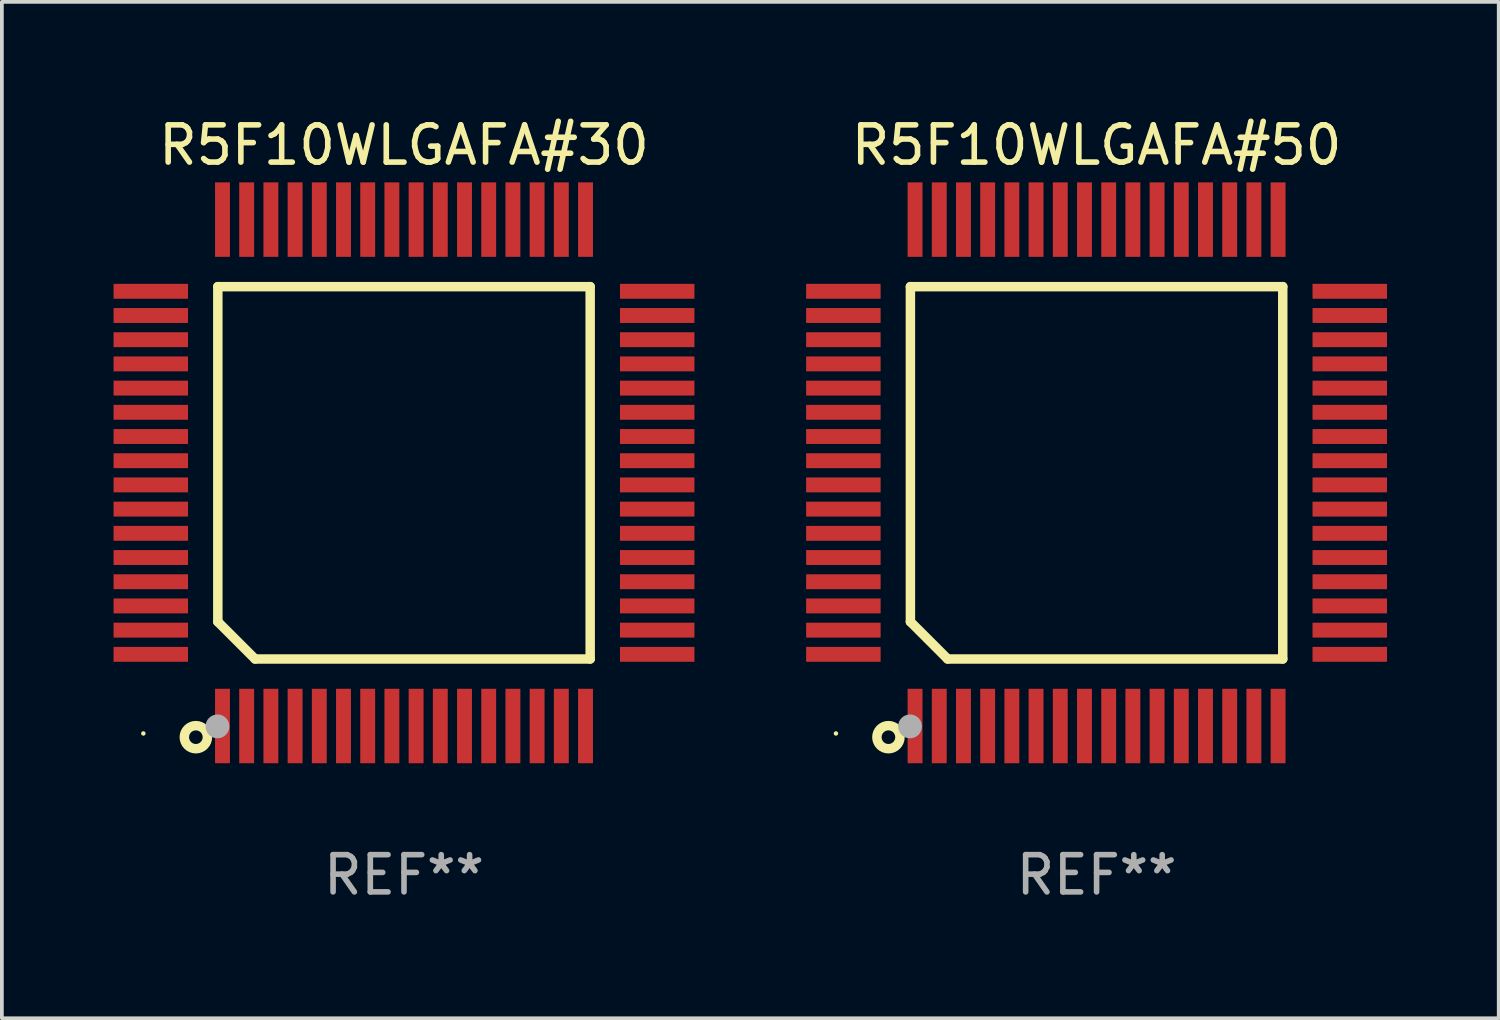
<source format=kicad_pcb>
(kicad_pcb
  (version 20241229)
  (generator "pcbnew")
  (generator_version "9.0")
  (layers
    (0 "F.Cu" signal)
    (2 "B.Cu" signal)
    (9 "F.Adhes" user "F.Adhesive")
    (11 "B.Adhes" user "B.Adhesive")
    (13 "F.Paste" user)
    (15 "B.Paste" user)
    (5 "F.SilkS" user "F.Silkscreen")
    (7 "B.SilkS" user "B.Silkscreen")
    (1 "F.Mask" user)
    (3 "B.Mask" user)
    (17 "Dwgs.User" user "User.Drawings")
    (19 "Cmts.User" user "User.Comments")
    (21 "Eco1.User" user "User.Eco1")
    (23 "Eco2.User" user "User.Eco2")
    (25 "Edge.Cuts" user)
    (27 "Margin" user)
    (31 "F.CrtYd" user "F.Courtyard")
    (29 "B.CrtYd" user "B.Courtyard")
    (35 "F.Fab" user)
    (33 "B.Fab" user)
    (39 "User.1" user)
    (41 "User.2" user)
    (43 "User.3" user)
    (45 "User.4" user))
  (footprint "R5F10WLGAFA#30"
    (layer "F.Cu")
    (at 7.8 9.648)
    (property "Reference" "R5F10WLGAFA#30" (at 0 -8.8 0) (layer "F.SilkS") (effects (font (size 1 1) (thickness 0.15))))
    (attr through_hole)
    (fp_line (start -5 -5) (end 5 -5) (stroke (width 0.254) (type solid)) (layer "F.SilkS"))
    (fp_line (start -5 4) (end -5 -5) (stroke (width 0.254) (type solid)) (layer "F.SilkS"))
    (fp_line (start -4 5) (end -5 4) (stroke (width 0.254) (type solid)) (layer "F.SilkS"))
    (fp_line (start 5 -5) (end 5 5) (stroke (width 0.254) (type solid)) (layer "F.SilkS"))
    (fp_line (start 5 5) (end -4 5) (stroke (width 0.254) (type solid)) (layer "F.SilkS"))
    (fp_circle (center -7 7) (end -6.97 7) (stroke (width 0.06) (type solid)) (fill no) (layer "F.SilkS"))
    (fp_circle (center -5.59 7.1) (end -5.28 7.1) (stroke (width 0.254) (type solid)) (fill no) (layer "F.SilkS"))
    (fp_circle (center -5.01 6.81) (end -4.85 6.81) (stroke (width 0.32) (type solid)) (fill no) (layer "F.Fab"))
    (fp_text user "REF**" (at 0 10.8 0) (layer "F.Fab") (effects (font (size 1 1) (thickness 0.15))))
    (pad "1" smd rect (at -4.875 6.8) (size 0.4 2) (layers "F.Cu" "F.Mask" "F.Paste"))
    (pad "2" smd rect (at -4.225 6.8) (size 0.4 2) (layers "F.Cu" "F.Mask" "F.Paste"))
    (pad "3" smd rect (at -3.575 6.8) (size 0.4 2) (layers "F.Cu" "F.Mask" "F.Paste"))
    (pad "4" smd rect (at -2.925 6.8) (size 0.4 2) (layers "F.Cu" "F.Mask" "F.Paste"))
    (pad "5" smd rect (at -2.275 6.8) (size 0.4 2) (layers "F.Cu" "F.Mask" "F.Paste"))
    (pad "6" smd rect (at -1.625 6.8) (size 0.4 2) (layers "F.Cu" "F.Mask" "F.Paste"))
    (pad "7" smd rect (at -0.975 6.8) (size 0.4 2) (layers "F.Cu" "F.Mask" "F.Paste"))
    (pad "8" smd rect (at -0.325 6.8) (size 0.4 2) (layers "F.Cu" "F.Mask" "F.Paste"))
    (pad "9" smd rect (at 0.325 6.8) (size 0.4 2) (layers "F.Cu" "F.Mask" "F.Paste"))
    (pad "10" smd rect (at 0.975 6.8) (size 0.4 2) (layers "F.Cu" "F.Mask" "F.Paste"))
    (pad "11" smd rect (at 1.625 6.8) (size 0.4 2) (layers "F.Cu" "F.Mask" "F.Paste"))
    (pad "12" smd rect (at 2.275 6.8) (size 0.4 2) (layers "F.Cu" "F.Mask" "F.Paste"))
    (pad "13" smd rect (at 2.925 6.8) (size 0.4 2) (layers "F.Cu" "F.Mask" "F.Paste"))
    (pad "14" smd rect (at 3.575 6.8) (size 0.4 2) (layers "F.Cu" "F.Mask" "F.Paste"))
    (pad "15" smd rect (at 4.225 6.8) (size 0.4 2) (layers "F.Cu" "F.Mask" "F.Paste"))
    (pad "16" smd rect (at 4.875 6.8) (size 0.4 2) (layers "F.Cu" "F.Mask" "F.Paste"))
    (pad "17" smd rect (at 6.8 4.875) (size 2 0.4) (layers "F.Cu" "F.Mask" "F.Paste"))
    (pad "18" smd rect (at 6.8 4.225) (size 2 0.4) (layers "F.Cu" "F.Mask" "F.Paste"))
    (pad "19" smd rect (at 6.8 3.575) (size 2 0.4) (layers "F.Cu" "F.Mask" "F.Paste"))
    (pad "20" smd rect (at 6.8 2.925) (size 2 0.4) (layers "F.Cu" "F.Mask" "F.Paste"))
    (pad "21" smd rect (at 6.8 2.275) (size 2 0.4) (layers "F.Cu" "F.Mask" "F.Paste"))
    (pad "22" smd rect (at 6.8 1.625) (size 2 0.4) (layers "F.Cu" "F.Mask" "F.Paste"))
    (pad "23" smd rect (at 6.8 0.975) (size 2 0.4) (layers "F.Cu" "F.Mask" "F.Paste"))
    (pad "24" smd rect (at 6.8 0.325) (size 2 0.4) (layers "F.Cu" "F.Mask" "F.Paste"))
    (pad "25" smd rect (at 6.8 -0.325) (size 2 0.4) (layers "F.Cu" "F.Mask" "F.Paste"))
    (pad "26" smd rect (at 6.8 -0.975) (size 2 0.4) (layers "F.Cu" "F.Mask" "F.Paste"))
    (pad "27" smd rect (at 6.8 -1.625) (size 2 0.4) (layers "F.Cu" "F.Mask" "F.Paste"))
    (pad "28" smd rect (at 6.8 -2.275) (size 2 0.4) (layers "F.Cu" "F.Mask" "F.Paste"))
    (pad "29" smd rect (at 6.8 -2.925) (size 2 0.4) (layers "F.Cu" "F.Mask" "F.Paste"))
    (pad "30" smd rect (at 6.8 -3.575) (size 2 0.4) (layers "F.Cu" "F.Mask" "F.Paste"))
    (pad "31" smd rect (at 6.8 -4.225) (size 2 0.4) (layers "F.Cu" "F.Mask" "F.Paste"))
    (pad "32" smd rect (at 6.8 -4.875) (size 2 0.4) (layers "F.Cu" "F.Mask" "F.Paste"))
    (pad "33" smd rect (at 4.875 -6.8) (size 0.4 2) (layers "F.Cu" "F.Mask" "F.Paste"))
    (pad "34" smd rect (at 4.225 -6.8) (size 0.4 2) (layers "F.Cu" "F.Mask" "F.Paste"))
    (pad "35" smd rect (at 3.575 -6.8) (size 0.4 2) (layers "F.Cu" "F.Mask" "F.Paste"))
    (pad "36" smd rect (at 2.925 -6.8) (size 0.4 2) (layers "F.Cu" "F.Mask" "F.Paste"))
    (pad "37" smd rect (at 2.275 -6.8) (size 0.4 2) (layers "F.Cu" "F.Mask" "F.Paste"))
    (pad "38" smd rect (at 1.625 -6.8) (size 0.4 2) (layers "F.Cu" "F.Mask" "F.Paste"))
    (pad "39" smd rect (at 0.975 -6.8) (size 0.4 2) (layers "F.Cu" "F.Mask" "F.Paste"))
    (pad "40" smd rect (at 0.325 -6.8) (size 0.4 2) (layers "F.Cu" "F.Mask" "F.Paste"))
    (pad "41" smd rect (at -0.325 -6.8) (size 0.4 2) (layers "F.Cu" "F.Mask" "F.Paste"))
    (pad "42" smd rect (at -0.975 -6.8) (size 0.4 2) (layers "F.Cu" "F.Mask" "F.Paste"))
    (pad "43" smd rect (at -1.625 -6.8) (size 0.4 2) (layers "F.Cu" "F.Mask" "F.Paste"))
    (pad "44" smd rect (at -2.275 -6.8) (size 0.4 2) (layers "F.Cu" "F.Mask" "F.Paste"))
    (pad "45" smd rect (at -2.925 -6.8) (size 0.4 2) (layers "F.Cu" "F.Mask" "F.Paste"))
    (pad "46" smd rect (at -3.575 -6.8) (size 0.4 2) (layers "F.Cu" "F.Mask" "F.Paste"))
    (pad "47" smd rect (at -4.225 -6.8) (size 0.4 2) (layers "F.Cu" "F.Mask" "F.Paste"))
    (pad "48" smd rect (at -4.875 -6.8) (size 0.4 2) (layers "F.Cu" "F.Mask" "F.Paste"))
    (pad "49" smd rect (at -6.8 -4.875) (size 2 0.4) (layers "F.Cu" "F.Mask" "F.Paste"))
    (pad "50" smd rect (at -6.8 -4.225) (size 2 0.4) (layers "F.Cu" "F.Mask" "F.Paste"))
    (pad "51" smd rect (at -6.8 -3.575) (size 2 0.4) (layers "F.Cu" "F.Mask" "F.Paste"))
    (pad "52" smd rect (at -6.8 -2.925) (size 2 0.4) (layers "F.Cu" "F.Mask" "F.Paste"))
    (pad "53" smd rect (at -6.8 -2.275) (size 2 0.4) (layers "F.Cu" "F.Mask" "F.Paste"))
    (pad "54" smd rect (at -6.8 -1.625) (size 2 0.4) (layers "F.Cu" "F.Mask" "F.Paste"))
    (pad "55" smd rect (at -6.8 -0.975) (size 2 0.4) (layers "F.Cu" "F.Mask" "F.Paste"))
    (pad "56" smd rect (at -6.8 -0.325) (size 2 0.4) (layers "F.Cu" "F.Mask" "F.Paste"))
    (pad "57" smd rect (at -6.8 0.325) (size 2 0.4) (layers "F.Cu" "F.Mask" "F.Paste"))
    (pad "58" smd rect (at -6.8 0.975) (size 2 0.4) (layers "F.Cu" "F.Mask" "F.Paste"))
    (pad "59" smd rect (at -6.8 1.625) (size 2 0.4) (layers "F.Cu" "F.Mask" "F.Paste"))
    (pad "60" smd rect (at -6.8 2.275) (size 2 0.4) (layers "F.Cu" "F.Mask" "F.Paste"))
    (pad "61" smd rect (at -6.8 2.925) (size 2 0.4) (layers "F.Cu" "F.Mask" "F.Paste"))
    (pad "62" smd rect (at -6.8 3.575) (size 2 0.4) (layers "F.Cu" "F.Mask" "F.Paste"))
    (pad "63" smd rect (at -6.8 4.225) (size 2 0.4) (layers "F.Cu" "F.Mask" "F.Paste"))
    (pad "64" smd rect (at -6.8 4.875) (size 2 0.4) (layers "F.Cu" "F.Mask" "F.Paste")))
  (footprint "R5F10WLGAFA#50"
    (layer "F.Cu")
    (at 26.4 9.648)
    (property "Reference" "R5F10WLGAFA#50" (at 0 -8.8 0) (layer "F.SilkS") (effects (font (size 1 1) (thickness 0.15))))
    (attr through_hole)
    (fp_line (start -5 -5) (end 5 -5) (stroke (width 0.254) (type solid)) (layer "F.SilkS"))
    (fp_line (start -5 4) (end -5 -5) (stroke (width 0.254) (type solid)) (layer "F.SilkS"))
    (fp_line (start -4 5) (end -5 4) (stroke (width 0.254) (type solid)) (layer "F.SilkS"))
    (fp_line (start 5 -5) (end 5 5) (stroke (width 0.254) (type solid)) (layer "F.SilkS"))
    (fp_line (start 5 5) (end -4 5) (stroke (width 0.254) (type solid)) (layer "F.SilkS"))
    (fp_circle (center -7 7) (end -6.97 7) (stroke (width 0.06) (type solid)) (fill no) (layer "F.SilkS"))
    (fp_circle (center -5.59 7.1) (end -5.28 7.1) (stroke (width 0.254) (type solid)) (fill no) (layer "F.SilkS"))
    (fp_circle (center -5.01 6.81) (end -4.85 6.81) (stroke (width 0.32) (type solid)) (fill no) (layer "F.Fab"))
    (fp_text user "REF**" (at 0 10.8 0) (layer "F.Fab") (effects (font (size 1 1) (thickness 0.15))))
    (pad "1" smd rect (at -4.875 6.8) (size 0.4 2) (layers "F.Cu" "F.Mask" "F.Paste"))
    (pad "2" smd rect (at -4.225 6.8) (size 0.4 2) (layers "F.Cu" "F.Mask" "F.Paste"))
    (pad "3" smd rect (at -3.575 6.8) (size 0.4 2) (layers "F.Cu" "F.Mask" "F.Paste"))
    (pad "4" smd rect (at -2.925 6.8) (size 0.4 2) (layers "F.Cu" "F.Mask" "F.Paste"))
    (pad "5" smd rect (at -2.275 6.8) (size 0.4 2) (layers "F.Cu" "F.Mask" "F.Paste"))
    (pad "6" smd rect (at -1.625 6.8) (size 0.4 2) (layers "F.Cu" "F.Mask" "F.Paste"))
    (pad "7" smd rect (at -0.975 6.8) (size 0.4 2) (layers "F.Cu" "F.Mask" "F.Paste"))
    (pad "8" smd rect (at -0.325 6.8) (size 0.4 2) (layers "F.Cu" "F.Mask" "F.Paste"))
    (pad "9" smd rect (at 0.325 6.8) (size 0.4 2) (layers "F.Cu" "F.Mask" "F.Paste"))
    (pad "10" smd rect (at 0.975 6.8) (size 0.4 2) (layers "F.Cu" "F.Mask" "F.Paste"))
    (pad "11" smd rect (at 1.625 6.8) (size 0.4 2) (layers "F.Cu" "F.Mask" "F.Paste"))
    (pad "12" smd rect (at 2.275 6.8) (size 0.4 2) (layers "F.Cu" "F.Mask" "F.Paste"))
    (pad "13" smd rect (at 2.925 6.8) (size 0.4 2) (layers "F.Cu" "F.Mask" "F.Paste"))
    (pad "14" smd rect (at 3.575 6.8) (size 0.4 2) (layers "F.Cu" "F.Mask" "F.Paste"))
    (pad "15" smd rect (at 4.225 6.8) (size 0.4 2) (layers "F.Cu" "F.Mask" "F.Paste"))
    (pad "16" smd rect (at 4.875 6.8) (size 0.4 2) (layers "F.Cu" "F.Mask" "F.Paste"))
    (pad "17" smd rect (at 6.8 4.875) (size 2 0.4) (layers "F.Cu" "F.Mask" "F.Paste"))
    (pad "18" smd rect (at 6.8 4.225) (size 2 0.4) (layers "F.Cu" "F.Mask" "F.Paste"))
    (pad "19" smd rect (at 6.8 3.575) (size 2 0.4) (layers "F.Cu" "F.Mask" "F.Paste"))
    (pad "20" smd rect (at 6.8 2.925) (size 2 0.4) (layers "F.Cu" "F.Mask" "F.Paste"))
    (pad "21" smd rect (at 6.8 2.275) (size 2 0.4) (layers "F.Cu" "F.Mask" "F.Paste"))
    (pad "22" smd rect (at 6.8 1.625) (size 2 0.4) (layers "F.Cu" "F.Mask" "F.Paste"))
    (pad "23" smd rect (at 6.8 0.975) (size 2 0.4) (layers "F.Cu" "F.Mask" "F.Paste"))
    (pad "24" smd rect (at 6.8 0.325) (size 2 0.4) (layers "F.Cu" "F.Mask" "F.Paste"))
    (pad "25" smd rect (at 6.8 -0.325) (size 2 0.4) (layers "F.Cu" "F.Mask" "F.Paste"))
    (pad "26" smd rect (at 6.8 -0.975) (size 2 0.4) (layers "F.Cu" "F.Mask" "F.Paste"))
    (pad "27" smd rect (at 6.8 -1.625) (size 2 0.4) (layers "F.Cu" "F.Mask" "F.Paste"))
    (pad "28" smd rect (at 6.8 -2.275) (size 2 0.4) (layers "F.Cu" "F.Mask" "F.Paste"))
    (pad "29" smd rect (at 6.8 -2.925) (size 2 0.4) (layers "F.Cu" "F.Mask" "F.Paste"))
    (pad "30" smd rect (at 6.8 -3.575) (size 2 0.4) (layers "F.Cu" "F.Mask" "F.Paste"))
    (pad "31" smd rect (at 6.8 -4.225) (size 2 0.4) (layers "F.Cu" "F.Mask" "F.Paste"))
    (pad "32" smd rect (at 6.8 -4.875) (size 2 0.4) (layers "F.Cu" "F.Mask" "F.Paste"))
    (pad "33" smd rect (at 4.875 -6.8) (size 0.4 2) (layers "F.Cu" "F.Mask" "F.Paste"))
    (pad "34" smd rect (at 4.225 -6.8) (size 0.4 2) (layers "F.Cu" "F.Mask" "F.Paste"))
    (pad "35" smd rect (at 3.575 -6.8) (size 0.4 2) (layers "F.Cu" "F.Mask" "F.Paste"))
    (pad "36" smd rect (at 2.925 -6.8) (size 0.4 2) (layers "F.Cu" "F.Mask" "F.Paste"))
    (pad "37" smd rect (at 2.275 -6.8) (size 0.4 2) (layers "F.Cu" "F.Mask" "F.Paste"))
    (pad "38" smd rect (at 1.625 -6.8) (size 0.4 2) (layers "F.Cu" "F.Mask" "F.Paste"))
    (pad "39" smd rect (at 0.975 -6.8) (size 0.4 2) (layers "F.Cu" "F.Mask" "F.Paste"))
    (pad "40" smd rect (at 0.325 -6.8) (size 0.4 2) (layers "F.Cu" "F.Mask" "F.Paste"))
    (pad "41" smd rect (at -0.325 -6.8) (size 0.4 2) (layers "F.Cu" "F.Mask" "F.Paste"))
    (pad "42" smd rect (at -0.975 -6.8) (size 0.4 2) (layers "F.Cu" "F.Mask" "F.Paste"))
    (pad "43" smd rect (at -1.625 -6.8) (size 0.4 2) (layers "F.Cu" "F.Mask" "F.Paste"))
    (pad "44" smd rect (at -2.275 -6.8) (size 0.4 2) (layers "F.Cu" "F.Mask" "F.Paste"))
    (pad "45" smd rect (at -2.925 -6.8) (size 0.4 2) (layers "F.Cu" "F.Mask" "F.Paste"))
    (pad "46" smd rect (at -3.575 -6.8) (size 0.4 2) (layers "F.Cu" "F.Mask" "F.Paste"))
    (pad "47" smd rect (at -4.225 -6.8) (size 0.4 2) (layers "F.Cu" "F.Mask" "F.Paste"))
    (pad "48" smd rect (at -4.875 -6.8) (size 0.4 2) (layers "F.Cu" "F.Mask" "F.Paste"))
    (pad "49" smd rect (at -6.8 -4.875) (size 2 0.4) (layers "F.Cu" "F.Mask" "F.Paste"))
    (pad "50" smd rect (at -6.8 -4.225) (size 2 0.4) (layers "F.Cu" "F.Mask" "F.Paste"))
    (pad "51" smd rect (at -6.8 -3.575) (size 2 0.4) (layers "F.Cu" "F.Mask" "F.Paste"))
    (pad "52" smd rect (at -6.8 -2.925) (size 2 0.4) (layers "F.Cu" "F.Mask" "F.Paste"))
    (pad "53" smd rect (at -6.8 -2.275) (size 2 0.4) (layers "F.Cu" "F.Mask" "F.Paste"))
    (pad "54" smd rect (at -6.8 -1.625) (size 2 0.4) (layers "F.Cu" "F.Mask" "F.Paste"))
    (pad "55" smd rect (at -6.8 -0.975) (size 2 0.4) (layers "F.Cu" "F.Mask" "F.Paste"))
    (pad "56" smd rect (at -6.8 -0.325) (size 2 0.4) (layers "F.Cu" "F.Mask" "F.Paste"))
    (pad "57" smd rect (at -6.8 0.325) (size 2 0.4) (layers "F.Cu" "F.Mask" "F.Paste"))
    (pad "58" smd rect (at -6.8 0.975) (size 2 0.4) (layers "F.Cu" "F.Mask" "F.Paste"))
    (pad "59" smd rect (at -6.8 1.625) (size 2 0.4) (layers "F.Cu" "F.Mask" "F.Paste"))
    (pad "60" smd rect (at -6.8 2.275) (size 2 0.4) (layers "F.Cu" "F.Mask" "F.Paste"))
    (pad "61" smd rect (at -6.8 2.925) (size 2 0.4) (layers "F.Cu" "F.Mask" "F.Paste"))
    (pad "62" smd rect (at -6.8 3.575) (size 2 0.4) (layers "F.Cu" "F.Mask" "F.Paste"))
    (pad "63" smd rect (at -6.8 4.225) (size 2 0.4) (layers "F.Cu" "F.Mask" "F.Paste"))
    (pad "64" smd rect (at -6.8 4.875) (size 2 0.4) (layers "F.Cu" "F.Mask" "F.Paste")))
  (gr_rect
    (start -3 -3)
    (end 37.2 24.297)
    (stroke (width 0.1) (type default))
    (fill no)
    (layer "Edge.Cuts")))
</source>
